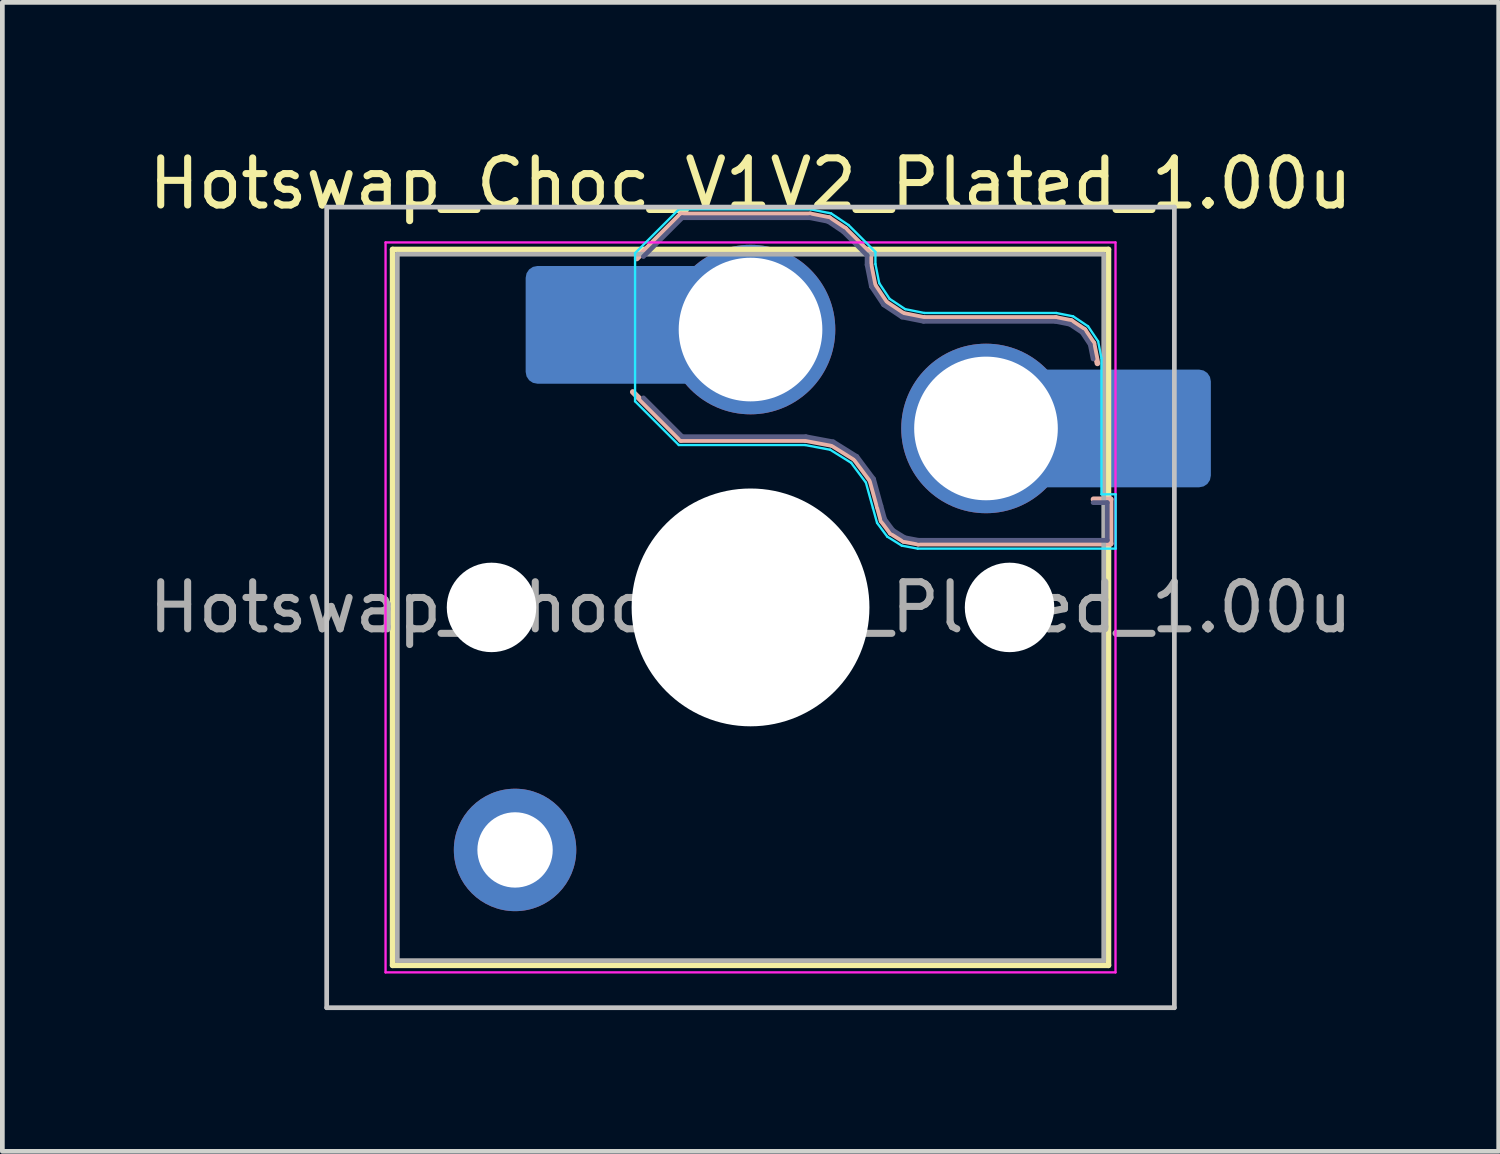
<source format=kicad_pcb>
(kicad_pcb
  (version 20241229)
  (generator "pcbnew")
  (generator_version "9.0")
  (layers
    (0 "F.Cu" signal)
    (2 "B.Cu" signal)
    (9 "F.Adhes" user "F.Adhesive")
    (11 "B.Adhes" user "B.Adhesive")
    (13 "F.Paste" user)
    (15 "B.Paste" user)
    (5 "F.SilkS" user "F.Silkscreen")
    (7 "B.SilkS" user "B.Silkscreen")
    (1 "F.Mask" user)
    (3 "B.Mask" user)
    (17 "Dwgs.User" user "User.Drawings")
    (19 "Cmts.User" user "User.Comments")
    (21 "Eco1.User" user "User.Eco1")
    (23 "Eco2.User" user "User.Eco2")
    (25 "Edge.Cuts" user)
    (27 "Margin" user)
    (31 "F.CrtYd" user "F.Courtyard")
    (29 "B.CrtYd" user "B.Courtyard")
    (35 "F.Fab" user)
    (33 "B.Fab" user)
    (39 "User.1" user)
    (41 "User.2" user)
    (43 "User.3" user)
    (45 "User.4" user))
  (footprint "Hotswap_Choc_V1V2_Plated_1.00u"
    (layer "F.Cu")
    (at 12.887 9.848)
    (property "Reference" "Hotswap_Choc_V1V2_Plated_1.00u" (at 0 -9 0) (layer "F.SilkS") (effects (font (size 1 1) (thickness 0.15))))
    (attr smd allow_soldermask_bridges)
    (fp_line (start -7.6 -7.6) (end -7.6 7.6) (stroke (width 0.12) (type solid)) (layer "F.SilkS"))
    (fp_line (start -7.6 7.6) (end 7.6 7.6) (stroke (width 0.12) (type solid)) (layer "F.SilkS"))
    (fp_line (start 7.6 -7.6) (end -7.6 -7.6) (stroke (width 0.12) (type solid)) (layer "F.SilkS"))
    (fp_line (start 7.6 7.6) (end 7.6 -7.6) (stroke (width 0.12) (type solid)) (layer "F.SilkS"))
    (fp_line (start -2.416 -7.409) (end -1.479 -8.346) (stroke (width 0.12) (type solid)) (layer "B.SilkS"))
    (fp_line (start -1.479 -8.346) (end 1.268 -8.346) (stroke (width 0.12) (type solid)) (layer "B.SilkS"))
    (fp_line (start -1.479 -3.554) (end -2.5 -4.575) (stroke (width 0.12) (type solid)) (layer "B.SilkS"))
    (fp_line (start 1.168 -3.554) (end -1.479 -3.554) (stroke (width 0.12) (type solid)) (layer "B.SilkS"))
    (fp_line (start 1.268 -8.346) (end 1.671 -8.266) (stroke (width 0.12) (type solid)) (layer "B.SilkS"))
    (fp_line (start 1.671 -8.266) (end 2.013 -8.037) (stroke (width 0.12) (type solid)) (layer "B.SilkS"))
    (fp_line (start 1.73 -3.449) (end 1.168 -3.554) (stroke (width 0.12) (type solid)) (layer "B.SilkS"))
    (fp_line (start 2.013 -8.037) (end 2.546 -7.504) (stroke (width 0.12) (type solid)) (layer "B.SilkS"))
    (fp_line (start 2.209 -3.15) (end 1.73 -3.449) (stroke (width 0.12) (type solid)) (layer "B.SilkS"))
    (fp_line (start 2.546 -7.504) (end 2.546 -7.282) (stroke (width 0.12) (type solid)) (layer "B.SilkS"))
    (fp_line (start 2.546 -7.282) (end 2.633 -6.844) (stroke (width 0.12) (type solid)) (layer "B.SilkS"))
    (fp_line (start 2.547 -2.697) (end 2.209 -3.15) (stroke (width 0.12) (type solid)) (layer "B.SilkS"))
    (fp_line (start 2.633 -6.844) (end 2.877 -6.477) (stroke (width 0.12) (type solid)) (layer "B.SilkS"))
    (fp_line (start 2.701 -2.139) (end 2.547 -2.697) (stroke (width 0.12) (type solid)) (layer "B.SilkS"))
    (fp_line (start 2.783 -1.841) (end 2.701 -2.139) (stroke (width 0.12) (type solid)) (layer "B.SilkS"))
    (fp_line (start 2.877 -6.477) (end 3.244 -6.233) (stroke (width 0.12) (type solid)) (layer "B.SilkS"))
    (fp_line (start 2.976 -1.583) (end 2.783 -1.841) (stroke (width 0.12) (type solid)) (layer "B.SilkS"))
    (fp_line (start 3.244 -6.233) (end 3.682 -6.146) (stroke (width 0.12) (type solid)) (layer "B.SilkS"))
    (fp_line (start 3.25 -1.413) (end 2.976 -1.583) (stroke (width 0.12) (type solid)) (layer "B.SilkS"))
    (fp_line (start 3.56 -1.354) (end 3.25 -1.413) (stroke (width 0.12) (type solid)) (layer "B.SilkS"))
    (fp_line (start 3.682 -6.146) (end 6.482 -6.146) (stroke (width 0.12) (type solid)) (layer "B.SilkS"))
    (fp_line (start 6.482 -6.146) (end 6.809 -6.081) (stroke (width 0.12) (type solid)) (layer "B.SilkS"))
    (fp_line (start 6.809 -6.081) (end 7.092 -5.892) (stroke (width 0.12) (type solid)) (layer "B.SilkS"))
    (fp_line (start 7.092 -5.892) (end 7.281 -5.609) (stroke (width 0.12) (type solid)) (layer "B.SilkS"))
    (fp_line (start 7.281 -5.609) (end 7.366 -5.182) (stroke (width 0.12) (type solid)) (layer "B.SilkS"))
    (fp_line (start 7.283 -2.296) (end 7.646 -2.296) (stroke (width 0.12) (type solid)) (layer "B.SilkS"))
    (fp_line (start 7.646 -2.296) (end 7.646 -1.354) (stroke (width 0.12) (type solid)) (layer "B.SilkS"))
    (fp_line (start 7.646 -1.354) (end 3.56 -1.354) (stroke (width 0.12) (type solid)) (layer "B.SilkS"))
    (fp_line (start -9 -8.5) (end -9 8.5) (stroke (width 0.1) (type solid)) (layer "Dwgs.User"))
    (fp_line (start -9 8.5) (end 9 8.5) (stroke (width 0.1) (type solid)) (layer "Dwgs.User"))
    (fp_line (start 9 -8.5) (end -9 -8.5) (stroke (width 0.1) (type solid)) (layer "Dwgs.User"))
    (fp_line (start 9 8.5) (end 9 -8.5) (stroke (width 0.1) (type solid)) (layer "Dwgs.User"))
    (fp_line (start -7.25 -7.25) (end -7.25 7.25) (stroke (width 0.1) (type solid)) (layer "Eco1.User"))
    (fp_line (start -7.25 7.25) (end 7.25 7.25) (stroke (width 0.1) (type solid)) (layer "Eco1.User"))
    (fp_line (start 7.25 -7.25) (end -7.25 -7.25) (stroke (width 0.1) (type solid)) (layer "Eco1.User"))
    (fp_line (start 7.25 7.25) (end 7.25 -7.25) (stroke (width 0.1) (type solid)) (layer "Eco1.User"))
    (fp_line (start -2.452 -7.523) (end -1.523 -8.452) (stroke (width 0.05) (type solid)) (layer "B.CrtYd"))
    (fp_line (start -2.452 -4.377) (end -2.452 -7.523) (stroke (width 0.05) (type solid)) (layer "B.CrtYd"))
    (fp_line (start -1.523 -8.452) (end 1.278 -8.452) (stroke (width 0.05) (type solid)) (layer "B.CrtYd"))
    (fp_line (start -1.523 -3.448) (end -2.452 -4.377) (stroke (width 0.05) (type solid)) (layer "B.CrtYd"))
    (fp_line (start 1.159 -3.448) (end -1.523 -3.448) (stroke (width 0.05) (type solid)) (layer "B.CrtYd"))
    (fp_line (start 1.278 -8.452) (end 1.712 -8.366) (stroke (width 0.05) (type solid)) (layer "B.CrtYd"))
    (fp_line (start 1.691 -3.348) (end 1.159 -3.448) (stroke (width 0.05) (type solid)) (layer "B.CrtYd"))
    (fp_line (start 1.712 -8.366) (end 2.081 -8.119) (stroke (width 0.05) (type solid)) (layer "B.CrtYd"))
    (fp_line (start 2.081 -8.119) (end 2.652 -7.548) (stroke (width 0.05) (type solid)) (layer "B.CrtYd"))
    (fp_line (start 2.136 -3.071) (end 1.691 -3.348) (stroke (width 0.05) (type solid)) (layer "B.CrtYd"))
    (fp_line (start 2.45 -2.65) (end 2.136 -3.071) (stroke (width 0.05) (type solid)) (layer "B.CrtYd"))
    (fp_line (start 2.599 -2.111) (end 2.45 -2.65) (stroke (width 0.05) (type solid)) (layer "B.CrtYd"))
    (fp_line (start 2.652 -7.548) (end 2.652 -7.292) (stroke (width 0.05) (type solid)) (layer "B.CrtYd"))
    (fp_line (start 2.652 -7.292) (end 2.733 -6.885) (stroke (width 0.05) (type solid)) (layer "B.CrtYd"))
    (fp_line (start 2.687 -1.794) (end 2.599 -2.111) (stroke (width 0.05) (type solid)) (layer "B.CrtYd"))
    (fp_line (start 2.733 -6.885) (end 2.953 -6.553) (stroke (width 0.05) (type solid)) (layer "B.CrtYd"))
    (fp_line (start 2.903 -1.503) (end 2.687 -1.794) (stroke (width 0.05) (type solid)) (layer "B.CrtYd"))
    (fp_line (start 2.953 -6.553) (end 3.285 -6.333) (stroke (width 0.05) (type solid)) (layer "B.CrtYd"))
    (fp_line (start 3.211 -1.312) (end 2.903 -1.503) (stroke (width 0.05) (type solid)) (layer "B.CrtYd"))
    (fp_line (start 3.285 -6.333) (end 3.692 -6.252) (stroke (width 0.05) (type solid)) (layer "B.CrtYd"))
    (fp_line (start 3.55 -1.248) (end 3.211 -1.312) (stroke (width 0.05) (type solid)) (layer "B.CrtYd"))
    (fp_line (start 3.692 -6.252) (end 6.492 -6.252) (stroke (width 0.05) (type solid)) (layer "B.CrtYd"))
    (fp_line (start 6.492 -6.252) (end 6.85 -6.181) (stroke (width 0.05) (type solid)) (layer "B.CrtYd"))
    (fp_line (start 6.85 -6.181) (end 7.168 -5.968) (stroke (width 0.05) (type solid)) (layer "B.CrtYd"))
    (fp_line (start 7.168 -5.968) (end 7.381 -5.65) (stroke (width 0.05) (type solid)) (layer "B.CrtYd"))
    (fp_line (start 7.381 -5.65) (end 7.452 -5.292) (stroke (width 0.05) (type solid)) (layer "B.CrtYd"))
    (fp_line (start 7.452 -5.292) (end 7.452 -2.402) (stroke (width 0.05) (type solid)) (layer "B.CrtYd"))
    (fp_line (start 7.452 -2.402) (end 7.752 -2.402) (stroke (width 0.05) (type solid)) (layer "B.CrtYd"))
    (fp_line (start 7.752 -2.402) (end 7.752 -1.248) (stroke (width 0.05) (type solid)) (layer "B.CrtYd"))
    (fp_line (start 7.752 -1.248) (end 3.55 -1.248) (stroke (width 0.05) (type solid)) (layer "B.CrtYd"))
    (fp_line (start -7.75 -7.75) (end -7.75 7.75) (stroke (width 0.05) (type solid)) (layer "F.CrtYd"))
    (fp_line (start -7.75 7.75) (end 7.75 7.75) (stroke (width 0.05) (type solid)) (layer "F.CrtYd"))
    (fp_line (start 7.75 -7.75) (end -7.75 -7.75) (stroke (width 0.05) (type solid)) (layer "F.CrtYd"))
    (fp_line (start 7.75 7.75) (end 7.75 -7.75) (stroke (width 0.05) (type solid)) (layer "F.CrtYd"))
    (fp_line (start -2.275 -7.45) (end -1.45 -8.275) (stroke (width 0.1) (type solid)) (layer "B.Fab"))
    (fp_line (start -1.45 -8.275) (end 1.261 -8.275) (stroke (width 0.1) (type solid)) (layer "B.Fab"))
    (fp_line (start -1.45 -3.625) (end -2.275 -4.45) (stroke (width 0.1) (type solid)) (layer "B.Fab"))
    (fp_line (start 1.175 -3.625) (end -1.45 -3.625) (stroke (width 0.1) (type solid)) (layer "B.Fab"))
    (fp_line (start 1.261 -8.275) (end 1.643 -8.199) (stroke (width 0.1) (type solid)) (layer "B.Fab"))
    (fp_line (start 1.643 -8.199) (end 1.968 -7.982) (stroke (width 0.1) (type solid)) (layer "B.Fab"))
    (fp_line (start 1.756 -3.516) (end 1.175 -3.625) (stroke (width 0.1) (type solid)) (layer "B.Fab"))
    (fp_line (start 1.968 -7.982) (end 2.475 -7.475) (stroke (width 0.1) (type solid)) (layer "B.Fab"))
    (fp_line (start 2.258 -3.203) (end 1.756 -3.516) (stroke (width 0.1) (type solid)) (layer "B.Fab"))
    (fp_line (start 2.475 -7.475) (end 2.475 -7.275) (stroke (width 0.1) (type solid)) (layer "B.Fab"))
    (fp_line (start 2.475 -7.275) (end 2.566 -6.816) (stroke (width 0.1) (type solid)) (layer "B.Fab"))
    (fp_line (start 2.566 -6.816) (end 2.826 -6.426) (stroke (width 0.1) (type solid)) (layer "B.Fab"))
    (fp_line (start 2.612 -2.729) (end 2.258 -3.203) (stroke (width 0.1) (type solid)) (layer "B.Fab"))
    (fp_line (start 2.769 -2.158) (end 2.612 -2.729) (stroke (width 0.1) (type solid)) (layer "B.Fab"))
    (fp_line (start 2.826 -6.426) (end 3.216 -6.166) (stroke (width 0.1) (type solid)) (layer "B.Fab"))
    (fp_line (start 2.848 -1.873) (end 2.769 -2.158) (stroke (width 0.1) (type solid)) (layer "B.Fab"))
    (fp_line (start 3.025 -1.636) (end 2.848 -1.873) (stroke (width 0.1) (type solid)) (layer "B.Fab"))
    (fp_line (start 3.216 -6.166) (end 3.675 -6.075) (stroke (width 0.1) (type solid)) (layer "B.Fab"))
    (fp_line (start 3.276 -1.48) (end 3.025 -1.636) (stroke (width 0.1) (type solid)) (layer "B.Fab"))
    (fp_line (start 3.567 -1.425) (end 3.276 -1.48) (stroke (width 0.1) (type solid)) (layer "B.Fab"))
    (fp_line (start 3.675 -6.075) (end 6.475 -6.075) (stroke (width 0.1) (type solid)) (layer "B.Fab"))
    (fp_line (start 6.475 -6.075) (end 6.781 -6.014) (stroke (width 0.1) (type solid)) (layer "B.Fab"))
    (fp_line (start 6.781 -6.014) (end 7.041 -5.841) (stroke (width 0.1) (type solid)) (layer "B.Fab"))
    (fp_line (start 7.041 -5.841) (end 7.214 -5.581) (stroke (width 0.1) (type solid)) (layer "B.Fab"))
    (fp_line (start 7.214 -5.581) (end 7.275 -5.275) (stroke (width 0.1) (type solid)) (layer "B.Fab"))
    (fp_line (start 7.275 -2.225) (end 7.575 -2.225) (stroke (width 0.1) (type solid)) (layer "B.Fab"))
    (fp_line (start 7.575 -2.225) (end 7.575 -1.425) (stroke (width 0.1) (type solid)) (layer "B.Fab"))
    (fp_line (start 7.575 -1.425) (end 3.567 -1.425) (stroke (width 0.1) (type solid)) (layer "B.Fab"))
    (fp_line (start -7.5 -7.5) (end -7.5 7.5) (stroke (width 0.1) (type solid)) (layer "F.Fab"))
    (fp_line (start -7.5 7.5) (end 7.5 7.5) (stroke (width 0.1) (type solid)) (layer "F.Fab"))
    (fp_line (start 7.5 -7.5) (end -7.5 -7.5) (stroke (width 0.1) (type solid)) (layer "F.Fab"))
    (fp_line (start 7.5 7.5) (end 7.5 -7.5) (stroke (width 0.1) (type solid)) (layer "F.Fab"))
    (fp_text user "${REFERENCE}" (at 0 0 0) (layer "F.Fab") (effects (font (size 1 1) (thickness 0.15))))
    (pad "" np_thru_hole circle (at -5.5 0) (size 1.9 1.9) (drill 1.9) (layers "*.Cu" "*.Mask"))
    (pad "" thru_hole circle (at -5 5.15) (size 2.6 2.6) (drill 1.6) (layers "*.Cu" "*.Mask"))
    (pad "" smd roundrect (at -3.5 -6) (size 2.55 2.5) (layers "B.Mask" "B.Paste") (roundrect_rratio 0.1))
    (pad "" np_thru_hole circle (at 0 0) (size 5.05 5.05) (drill 5.05) (layers "*.Cu" "*.Mask"))
    (pad "" np_thru_hole circle (at 5.5 0) (size 1.9 1.9) (drill 1.9) (layers "*.Cu" "*.Mask"))
    (pad "" smd roundrect (at 8.5 -3.8) (size 2.55 2.5) (layers "B.Mask" "B.Paste") (roundrect_rratio 0.1))
    (pad "1" smd roundrect (at -2.85 -6) (size 3.85 2.5) (layers "B.Cu") (roundrect_rratio 0.1))
    (pad "1" thru_hole circle (at 0 -5.9) (size 3.6 3.6) (drill 3.05) (layers "*.Cu" "*.Mask"))
    (pad "2" thru_hole circle (at 5 -3.8) (size 3.6 3.6) (drill 3.05) (layers "*.Cu" "*.Mask"))
    (pad "2" smd roundrect (at 7.85 -3.8) (size 3.85 2.5) (layers "B.Cu") (roundrect_rratio 0.1)))
  (gr_rect
    (start -3 -3)
    (end 28.774 21.398)
    (stroke (width 0.1) (type default))
    (fill no)
    (layer "Edge.Cuts")))
</source>
